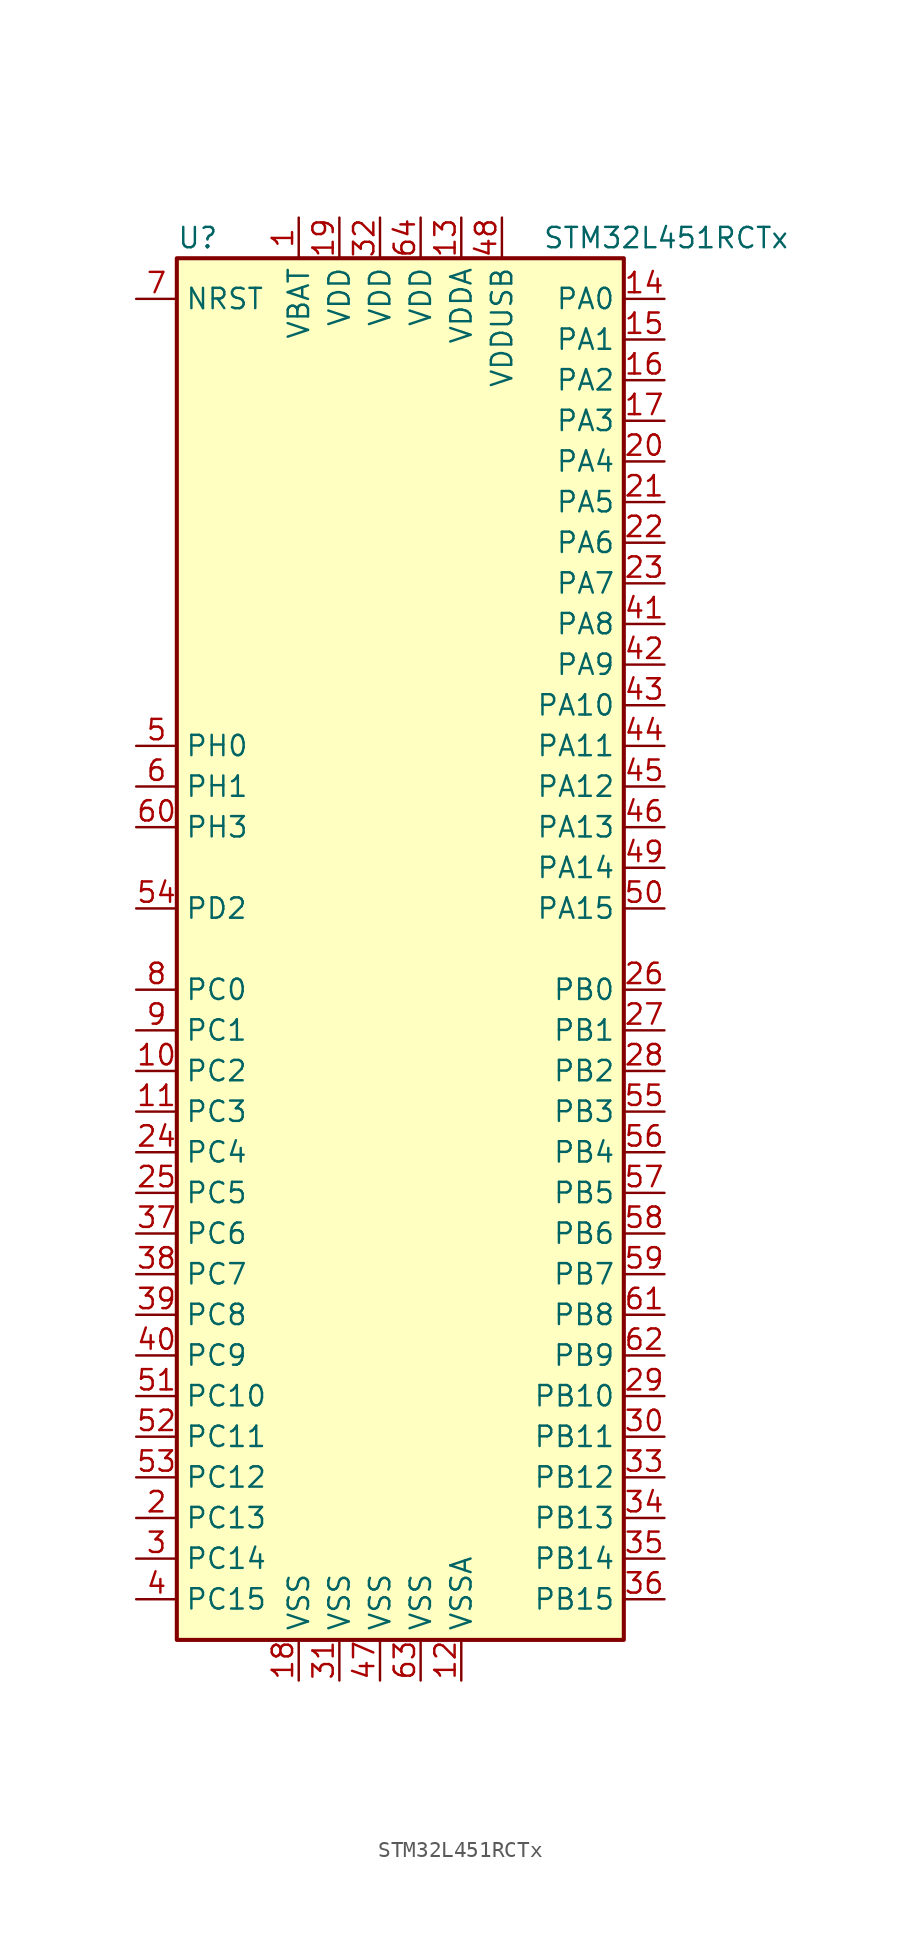
<source format=kicad_sym>
(kicad_symbol_lib
  (version 20201005)
  (generator kicad_symbol_editor)
  (symbol "STM32L451RCTx"
    (property "Reference" "U"
      (at -15.24 44.45 0)
      (effects (font (size 1.27 1.27)) (justify left)))
    (property "Value" "STM32L451RCTx"
      (at 7.62 44.45 0)
      (effects (font (size 1.27 1.27)) (justify left)))
    (symbol "STM32L451RCTx_0_1"
      (rectangle (start -15.24 -43.18) (end 12.7 43.18) (stroke (width 0.254)) (fill (type background))))
    (symbol "STM32L451RCTx_1_1"
      (pin input line (at -17.78 40.64 0) (length 2.54) (name "NRST" (effects (font (size 1.27 1.27)))) (number "7" (effects (font (size 1.27 1.27)))))
      (pin bidirectional line (at 15.24 40.64 180) (length 2.54) (name "PA0" (effects (font (size 1.27 1.27)))) (number "14" (effects (font (size 1.27 1.27)))))
      (pin bidirectional line (at 15.24 38.1 180) (length 2.54) (name "PA1" (effects (font (size 1.27 1.27)))) (number "15" (effects (font (size 1.27 1.27)))))
      (pin bidirectional line (at 15.24 15.24 180) (length 2.54) (name "PA10" (effects (font (size 1.27 1.27)))) (number "43" (effects (font (size 1.27 1.27)))))
      (pin bidirectional line (at 15.24 12.7 180) (length 2.54) (name "PA11" (effects (font (size 1.27 1.27)))) (number "44" (effects (font (size 1.27 1.27)))))
      (pin bidirectional line (at 15.24 10.16 180) (length 2.54) (name "PA12" (effects (font (size 1.27 1.27)))) (number "45" (effects (font (size 1.27 1.27)))))
      (pin bidirectional line (at 15.24 7.62 180) (length 2.54) (name "PA13" (effects (font (size 1.27 1.27)))) (number "46" (effects (font (size 1.27 1.27)))))
      (pin bidirectional line (at 15.24 5.08 180) (length 2.54) (name "PA14" (effects (font (size 1.27 1.27)))) (number "49" (effects (font (size 1.27 1.27)))))
      (pin bidirectional line (at 15.24 2.54 180) (length 2.54) (name "PA15" (effects (font (size 1.27 1.27)))) (number "50" (effects (font (size 1.27 1.27)))))
      (pin bidirectional line (at 15.24 35.56 180) (length 2.54) (name "PA2" (effects (font (size 1.27 1.27)))) (number "16" (effects (font (size 1.27 1.27)))))
      (pin bidirectional line (at 15.24 33.02 180) (length 2.54) (name "PA3" (effects (font (size 1.27 1.27)))) (number "17" (effects (font (size 1.27 1.27)))))
      (pin bidirectional line (at 15.24 30.48 180) (length 2.54) (name "PA4" (effects (font (size 1.27 1.27)))) (number "20" (effects (font (size 1.27 1.27)))))
      (pin bidirectional line (at 15.24 27.94 180) (length 2.54) (name "PA5" (effects (font (size 1.27 1.27)))) (number "21" (effects (font (size 1.27 1.27)))))
      (pin bidirectional line (at 15.24 25.4 180) (length 2.54) (name "PA6" (effects (font (size 1.27 1.27)))) (number "22" (effects (font (size 1.27 1.27)))))
      (pin bidirectional line (at 15.24 22.86 180) (length 2.54) (name "PA7" (effects (font (size 1.27 1.27)))) (number "23" (effects (font (size 1.27 1.27)))))
      (pin bidirectional line (at 15.24 20.32 180) (length 2.54) (name "PA8" (effects (font (size 1.27 1.27)))) (number "41" (effects (font (size 1.27 1.27)))))
      (pin bidirectional line (at 15.24 17.78 180) (length 2.54) (name "PA9" (effects (font (size 1.27 1.27)))) (number "42" (effects (font (size 1.27 1.27)))))
      (pin bidirectional line (at 15.24 -2.54 180) (length 2.54) (name "PB0" (effects (font (size 1.27 1.27)))) (number "26" (effects (font (size 1.27 1.27)))))
      (pin bidirectional line (at 15.24 -5.08 180) (length 2.54) (name "PB1" (effects (font (size 1.27 1.27)))) (number "27" (effects (font (size 1.27 1.27)))))
      (pin bidirectional line (at 15.24 -27.94 180) (length 2.54) (name "PB10" (effects (font (size 1.27 1.27)))) (number "29" (effects (font (size 1.27 1.27)))))
      (pin bidirectional line (at 15.24 -30.48 180) (length 2.54) (name "PB11" (effects (font (size 1.27 1.27)))) (number "30" (effects (font (size 1.27 1.27)))))
      (pin bidirectional line (at 15.24 -33.02 180) (length 2.54) (name "PB12" (effects (font (size 1.27 1.27)))) (number "33" (effects (font (size 1.27 1.27)))))
      (pin bidirectional line (at 15.24 -35.56 180) (length 2.54) (name "PB13" (effects (font (size 1.27 1.27)))) (number "34" (effects (font (size 1.27 1.27)))))
      (pin bidirectional line (at 15.24 -38.1 180) (length 2.54) (name "PB14" (effects (font (size 1.27 1.27)))) (number "35" (effects (font (size 1.27 1.27)))))
      (pin bidirectional line (at 15.24 -40.64 180) (length 2.54) (name "PB15" (effects (font (size 1.27 1.27)))) (number "36" (effects (font (size 1.27 1.27)))))
      (pin bidirectional line (at 15.24 -7.62 180) (length 2.54) (name "PB2" (effects (font (size 1.27 1.27)))) (number "28" (effects (font (size 1.27 1.27)))))
      (pin bidirectional line (at 15.24 -10.16 180) (length 2.54) (name "PB3" (effects (font (size 1.27 1.27)))) (number "55" (effects (font (size 1.27 1.27)))))
      (pin bidirectional line (at 15.24 -12.7 180) (length 2.54) (name "PB4" (effects (font (size 1.27 1.27)))) (number "56" (effects (font (size 1.27 1.27)))))
      (pin bidirectional line (at 15.24 -15.24 180) (length 2.54) (name "PB5" (effects (font (size 1.27 1.27)))) (number "57" (effects (font (size 1.27 1.27)))))
      (pin bidirectional line (at 15.24 -17.78 180) (length 2.54) (name "PB6" (effects (font (size 1.27 1.27)))) (number "58" (effects (font (size 1.27 1.27)))))
      (pin bidirectional line (at 15.24 -20.32 180) (length 2.54) (name "PB7" (effects (font (size 1.27 1.27)))) (number "59" (effects (font (size 1.27 1.27)))))
      (pin bidirectional line (at 15.24 -22.86 180) (length 2.54) (name "PB8" (effects (font (size 1.27 1.27)))) (number "61" (effects (font (size 1.27 1.27)))))
      (pin bidirectional line (at 15.24 -25.4 180) (length 2.54) (name "PB9" (effects (font (size 1.27 1.27)))) (number "62" (effects (font (size 1.27 1.27)))))
      (pin bidirectional line (at -17.78 -2.54 0) (length 2.54) (name "PC0" (effects (font (size 1.27 1.27)))) (number "8" (effects (font (size 1.27 1.27)))))
      (pin bidirectional line (at -17.78 -5.08 0) (length 2.54) (name "PC1" (effects (font (size 1.27 1.27)))) (number "9" (effects (font (size 1.27 1.27)))))
      (pin bidirectional line (at -17.78 -27.94 0) (length 2.54) (name "PC10" (effects (font (size 1.27 1.27)))) (number "51" (effects (font (size 1.27 1.27)))))
      (pin bidirectional line (at -17.78 -30.48 0) (length 2.54) (name "PC11" (effects (font (size 1.27 1.27)))) (number "52" (effects (font (size 1.27 1.27)))))
      (pin bidirectional line (at -17.78 -33.02 0) (length 2.54) (name "PC12" (effects (font (size 1.27 1.27)))) (number "53" (effects (font (size 1.27 1.27)))))
      (pin bidirectional line (at -17.78 -35.56 0) (length 2.54) (name "PC13" (effects (font (size 1.27 1.27)))) (number "2" (effects (font (size 1.27 1.27)))))
      (pin bidirectional line (at -17.78 -38.1 0) (length 2.54) (name "PC14" (effects (font (size 1.27 1.27)))) (number "3" (effects (font (size 1.27 1.27)))))
      (pin bidirectional line (at -17.78 -40.64 0) (length 2.54) (name "PC15" (effects (font (size 1.27 1.27)))) (number "4" (effects (font (size 1.27 1.27)))))
      (pin bidirectional line (at -17.78 -7.62 0) (length 2.54) (name "PC2" (effects (font (size 1.27 1.27)))) (number "10" (effects (font (size 1.27 1.27)))))
      (pin bidirectional line (at -17.78 -10.16 0) (length 2.54) (name "PC3" (effects (font (size 1.27 1.27)))) (number "11" (effects (font (size 1.27 1.27)))))
      (pin bidirectional line (at -17.78 -12.7 0) (length 2.54) (name "PC4" (effects (font (size 1.27 1.27)))) (number "24" (effects (font (size 1.27 1.27)))))
      (pin bidirectional line (at -17.78 -15.24 0) (length 2.54) (name "PC5" (effects (font (size 1.27 1.27)))) (number "25" (effects (font (size 1.27 1.27)))))
      (pin bidirectional line (at -17.78 -17.78 0) (length 2.54) (name "PC6" (effects (font (size 1.27 1.27)))) (number "37" (effects (font (size 1.27 1.27)))))
      (pin bidirectional line (at -17.78 -20.32 0) (length 2.54) (name "PC7" (effects (font (size 1.27 1.27)))) (number "38" (effects (font (size 1.27 1.27)))))
      (pin bidirectional line (at -17.78 -22.86 0) (length 2.54) (name "PC8" (effects (font (size 1.27 1.27)))) (number "39" (effects (font (size 1.27 1.27)))))
      (pin bidirectional line (at -17.78 -25.4 0) (length 2.54) (name "PC9" (effects (font (size 1.27 1.27)))) (number "40" (effects (font (size 1.27 1.27)))))
      (pin bidirectional line (at -17.78 2.54 0) (length 2.54) (name "PD2" (effects (font (size 1.27 1.27)))) (number "54" (effects (font (size 1.27 1.27)))))
      (pin input line (at -17.78 12.7 0) (length 2.54) (name "PH0" (effects (font (size 1.27 1.27)))) (number "5" (effects (font (size 1.27 1.27)))))
      (pin input line (at -17.78 10.16 0) (length 2.54) (name "PH1" (effects (font (size 1.27 1.27)))) (number "6" (effects (font (size 1.27 1.27)))))
      (pin bidirectional line (at -17.78 7.62 0) (length 2.54) (name "PH3" (effects (font (size 1.27 1.27)))) (number "60" (effects (font (size 1.27 1.27)))))
      (pin power_in line (at -7.62 45.72 270) (length 2.54) (name "VBAT" (effects (font (size 1.27 1.27)))) (number "1" (effects (font (size 1.27 1.27)))))
      (pin power_in line (at -5.08 45.72 270) (length 2.54) (name "VDD" (effects (font (size 1.27 1.27)))) (number "19" (effects (font (size 1.27 1.27)))))
      (pin power_in line (at -2.54 45.72 270) (length 2.54) (name "VDD" (effects (font (size 1.27 1.27)))) (number "32" (effects (font (size 1.27 1.27)))))
      (pin power_in line (at 0 45.72 270) (length 2.54) (name "VDD" (effects (font (size 1.27 1.27)))) (number "64" (effects (font (size 1.27 1.27)))))
      (pin power_in line (at 2.54 45.72 270) (length 2.54) (name "VDDA" (effects (font (size 1.27 1.27)))) (number "13" (effects (font (size 1.27 1.27)))))
      (pin power_in line (at 5.08 45.72 270) (length 2.54) (name "VDDUSB" (effects (font (size 1.27 1.27)))) (number "48" (effects (font (size 1.27 1.27)))))
      (pin power_in line (at -7.62 -45.72 90) (length 2.54) (name "VSS" (effects (font (size 1.27 1.27)))) (number "18" (effects (font (size 1.27 1.27)))))
      (pin power_in line (at -5.08 -45.72 90) (length 2.54) (name "VSS" (effects (font (size 1.27 1.27)))) (number "31" (effects (font (size 1.27 1.27)))))
      (pin power_in line (at -2.54 -45.72 90) (length 2.54) (name "VSS" (effects (font (size 1.27 1.27)))) (number "47" (effects (font (size 1.27 1.27)))))
      (pin power_in line (at 0 -45.72 90) (length 2.54) (name "VSS" (effects (font (size 1.27 1.27)))) (number "63" (effects (font (size 1.27 1.27)))))
      (pin power_in line (at 2.54 -45.72 90) (length 2.54) (name "VSSA" (effects (font (size 1.27 1.27)))) (number "12" (effects (font (size 1.27 1.27))))))))
</source>
